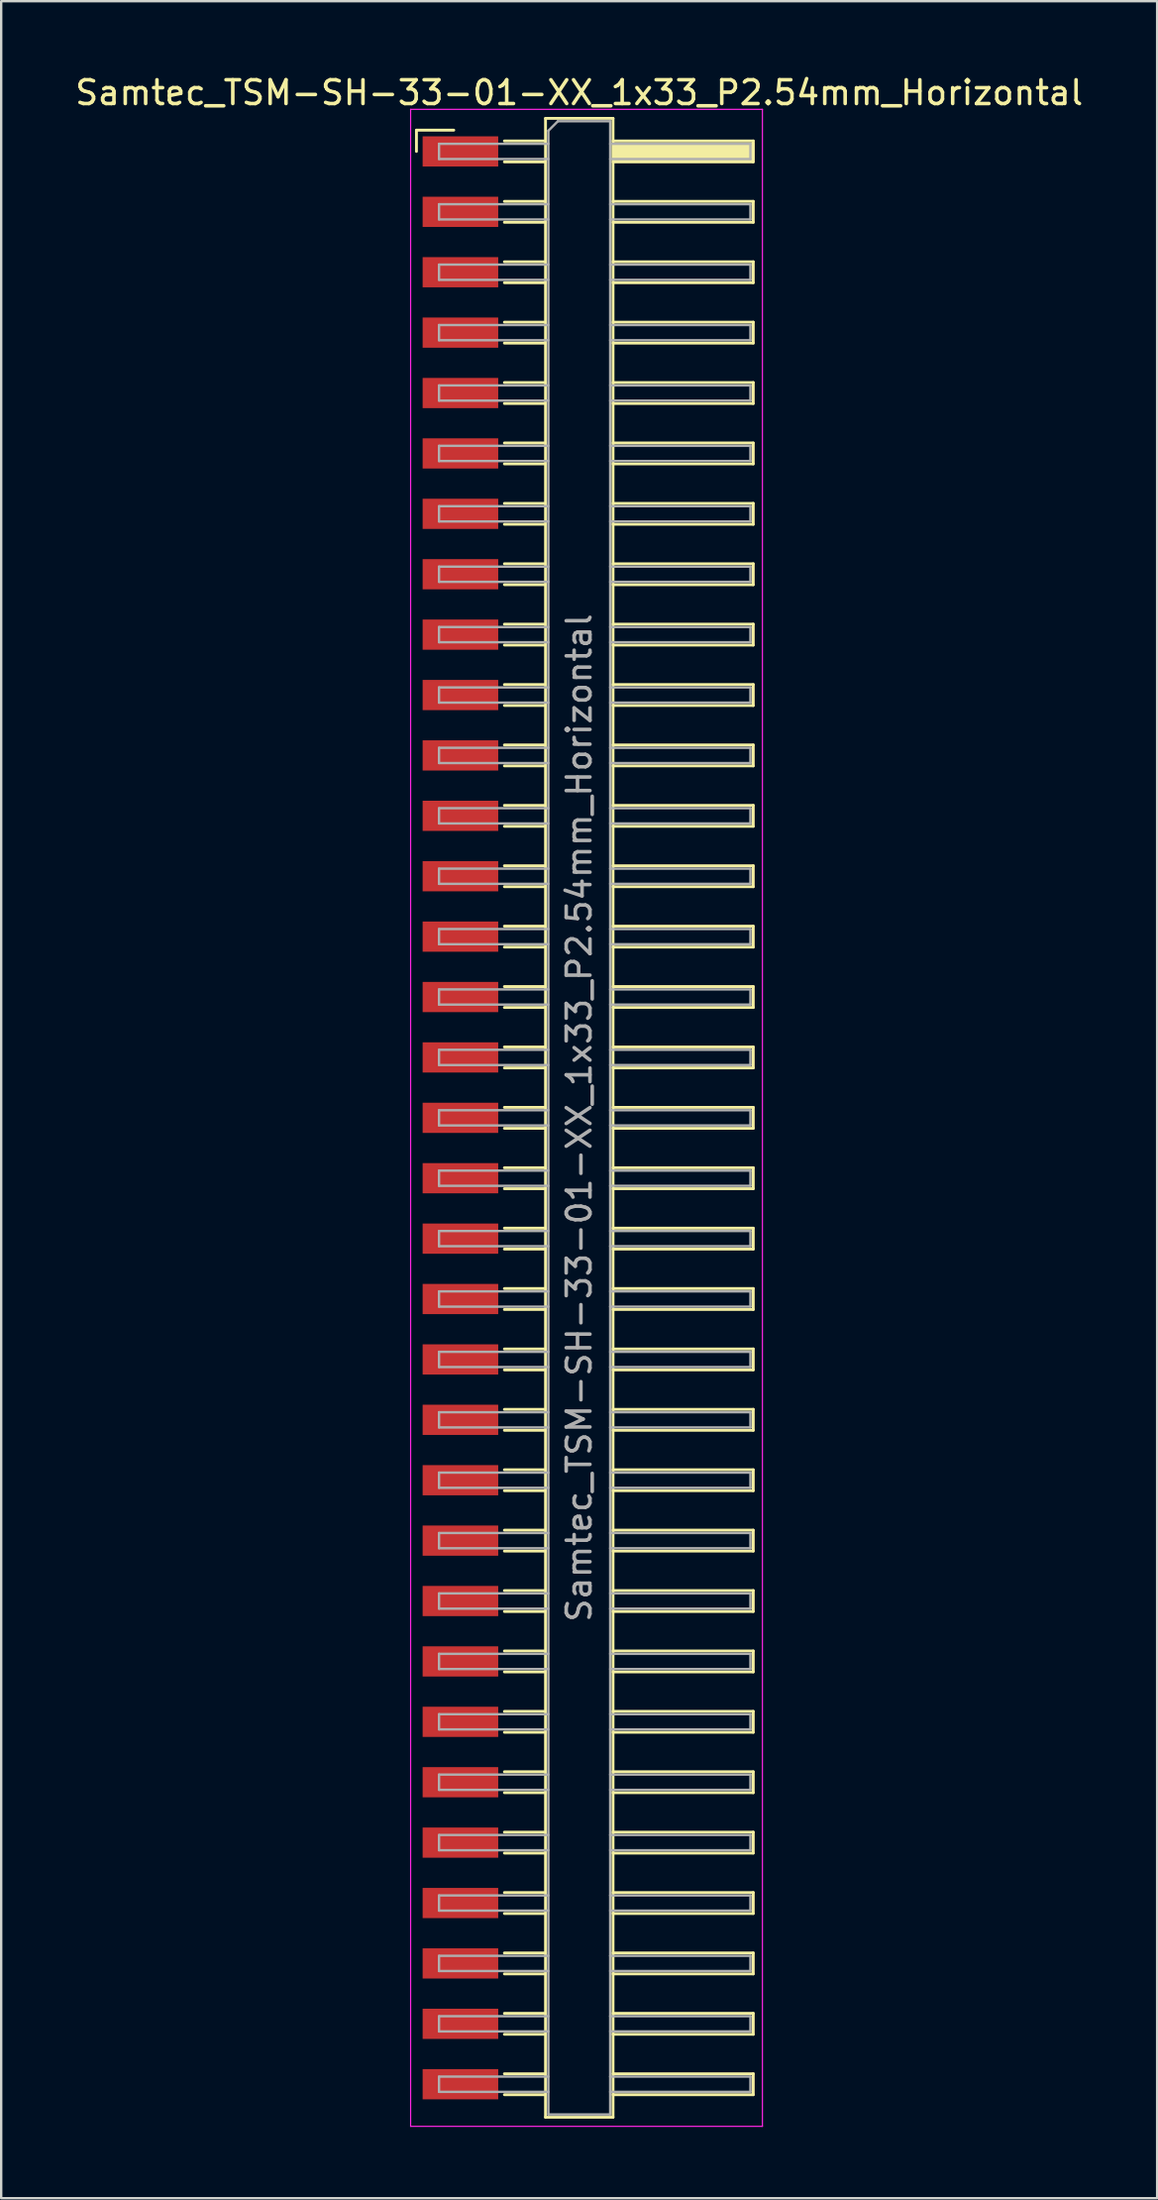
<source format=kicad_pcb>
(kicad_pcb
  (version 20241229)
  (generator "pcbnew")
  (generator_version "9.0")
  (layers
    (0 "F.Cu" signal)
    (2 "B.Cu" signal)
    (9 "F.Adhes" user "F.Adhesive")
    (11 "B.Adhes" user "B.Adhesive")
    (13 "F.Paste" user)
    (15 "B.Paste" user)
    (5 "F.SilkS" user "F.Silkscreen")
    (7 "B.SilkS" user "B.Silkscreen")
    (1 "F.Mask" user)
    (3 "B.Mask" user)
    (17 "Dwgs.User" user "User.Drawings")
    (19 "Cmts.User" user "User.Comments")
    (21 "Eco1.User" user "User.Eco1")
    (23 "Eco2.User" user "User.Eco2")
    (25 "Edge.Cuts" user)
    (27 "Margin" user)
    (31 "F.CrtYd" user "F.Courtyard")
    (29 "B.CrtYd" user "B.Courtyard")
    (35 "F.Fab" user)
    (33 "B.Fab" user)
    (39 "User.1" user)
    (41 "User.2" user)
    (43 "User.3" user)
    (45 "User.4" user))
  (footprint "Samtec_TSM-SH-33-01-XX_1x33_P2.54mm_Horizontal"
    (layer "F.Cu")
    (at 21.505 43.958)
    (property "Reference" "Samtec_TSM-SH-33-01-XX_1x33_P2.54mm_Horizontal" (at -0.19 -43.11 0) (layer "F.SilkS") (effects (font (size 1 1) (thickness 0.15))))
    (attr smd)
    (fp_line (start -7.035 -41.535) (end -5.465 -41.535) (stroke (width 0.12) (type solid)) (layer "F.SilkS"))
    (fp_line (start -7.035 -40.64) (end -7.035 -41.535) (stroke (width 0.12) (type solid)) (layer "F.SilkS"))
    (fp_line (start -3.335 -41.08) (end -1.605 -41.08) (stroke (width 0.12) (type solid)) (layer "F.SilkS"))
    (fp_line (start -3.335 -40.2) (end -1.605 -40.2) (stroke (width 0.12) (type solid)) (layer "F.SilkS"))
    (fp_line (start -3.335 -38.54) (end -1.605 -38.54) (stroke (width 0.12) (type solid)) (layer "F.SilkS"))
    (fp_line (start -3.335 -37.66) (end -1.605 -37.66) (stroke (width 0.12) (type solid)) (layer "F.SilkS"))
    (fp_line (start -3.335 -36) (end -1.605 -36) (stroke (width 0.12) (type solid)) (layer "F.SilkS"))
    (fp_line (start -3.335 -35.12) (end -1.605 -35.12) (stroke (width 0.12) (type solid)) (layer "F.SilkS"))
    (fp_line (start -3.335 -33.46) (end -1.605 -33.46) (stroke (width 0.12) (type solid)) (layer "F.SilkS"))
    (fp_line (start -3.335 -32.58) (end -1.605 -32.58) (stroke (width 0.12) (type solid)) (layer "F.SilkS"))
    (fp_line (start -3.335 -30.92) (end -1.605 -30.92) (stroke (width 0.12) (type solid)) (layer "F.SilkS"))
    (fp_line (start -3.335 -30.04) (end -1.605 -30.04) (stroke (width 0.12) (type solid)) (layer "F.SilkS"))
    (fp_line (start -3.335 -28.38) (end -1.605 -28.38) (stroke (width 0.12) (type solid)) (layer "F.SilkS"))
    (fp_line (start -3.335 -27.5) (end -1.605 -27.5) (stroke (width 0.12) (type solid)) (layer "F.SilkS"))
    (fp_line (start -3.335 -25.84) (end -1.605 -25.84) (stroke (width 0.12) (type solid)) (layer "F.SilkS"))
    (fp_line (start -3.335 -24.96) (end -1.605 -24.96) (stroke (width 0.12) (type solid)) (layer "F.SilkS"))
    (fp_line (start -3.335 -23.3) (end -1.605 -23.3) (stroke (width 0.12) (type solid)) (layer "F.SilkS"))
    (fp_line (start -3.335 -22.42) (end -1.605 -22.42) (stroke (width 0.12) (type solid)) (layer "F.SilkS"))
    (fp_line (start -3.335 -20.76) (end -1.605 -20.76) (stroke (width 0.12) (type solid)) (layer "F.SilkS"))
    (fp_line (start -3.335 -19.88) (end -1.605 -19.88) (stroke (width 0.12) (type solid)) (layer "F.SilkS"))
    (fp_line (start -3.335 -18.22) (end -1.605 -18.22) (stroke (width 0.12) (type solid)) (layer "F.SilkS"))
    (fp_line (start -3.335 -17.34) (end -1.605 -17.34) (stroke (width 0.12) (type solid)) (layer "F.SilkS"))
    (fp_line (start -3.335 -15.68) (end -1.605 -15.68) (stroke (width 0.12) (type solid)) (layer "F.SilkS"))
    (fp_line (start -3.335 -14.8) (end -1.605 -14.8) (stroke (width 0.12) (type solid)) (layer "F.SilkS"))
    (fp_line (start -3.335 -13.14) (end -1.605 -13.14) (stroke (width 0.12) (type solid)) (layer "F.SilkS"))
    (fp_line (start -3.335 -12.26) (end -1.605 -12.26) (stroke (width 0.12) (type solid)) (layer "F.SilkS"))
    (fp_line (start -3.335 -10.6) (end -1.605 -10.6) (stroke (width 0.12) (type solid)) (layer "F.SilkS"))
    (fp_line (start -3.335 -9.72) (end -1.605 -9.72) (stroke (width 0.12) (type solid)) (layer "F.SilkS"))
    (fp_line (start -3.335 -8.06) (end -1.605 -8.06) (stroke (width 0.12) (type solid)) (layer "F.SilkS"))
    (fp_line (start -3.335 -7.18) (end -1.605 -7.18) (stroke (width 0.12) (type solid)) (layer "F.SilkS"))
    (fp_line (start -3.335 -5.52) (end -1.605 -5.52) (stroke (width 0.12) (type solid)) (layer "F.SilkS"))
    (fp_line (start -3.335 -4.64) (end -1.605 -4.64) (stroke (width 0.12) (type solid)) (layer "F.SilkS"))
    (fp_line (start -3.335 -2.98) (end -1.605 -2.98) (stroke (width 0.12) (type solid)) (layer "F.SilkS"))
    (fp_line (start -3.335 -2.1) (end -1.605 -2.1) (stroke (width 0.12) (type solid)) (layer "F.SilkS"))
    (fp_line (start -3.335 -0.44) (end -1.605 -0.44) (stroke (width 0.12) (type solid)) (layer "F.SilkS"))
    (fp_line (start -3.335 0.44) (end -1.605 0.44) (stroke (width 0.12) (type solid)) (layer "F.SilkS"))
    (fp_line (start -3.335 2.1) (end -1.605 2.1) (stroke (width 0.12) (type solid)) (layer "F.SilkS"))
    (fp_line (start -3.335 2.98) (end -1.605 2.98) (stroke (width 0.12) (type solid)) (layer "F.SilkS"))
    (fp_line (start -3.335 4.64) (end -1.605 4.64) (stroke (width 0.12) (type solid)) (layer "F.SilkS"))
    (fp_line (start -3.335 5.52) (end -1.605 5.52) (stroke (width 0.12) (type solid)) (layer "F.SilkS"))
    (fp_line (start -3.335 7.18) (end -1.605 7.18) (stroke (width 0.12) (type solid)) (layer "F.SilkS"))
    (fp_line (start -3.335 8.06) (end -1.605 8.06) (stroke (width 0.12) (type solid)) (layer "F.SilkS"))
    (fp_line (start -3.335 9.72) (end -1.605 9.72) (stroke (width 0.12) (type solid)) (layer "F.SilkS"))
    (fp_line (start -3.335 10.6) (end -1.605 10.6) (stroke (width 0.12) (type solid)) (layer "F.SilkS"))
    (fp_line (start -3.335 12.26) (end -1.605 12.26) (stroke (width 0.12) (type solid)) (layer "F.SilkS"))
    (fp_line (start -3.335 13.14) (end -1.605 13.14) (stroke (width 0.12) (type solid)) (layer "F.SilkS"))
    (fp_line (start -3.335 14.8) (end -1.605 14.8) (stroke (width 0.12) (type solid)) (layer "F.SilkS"))
    (fp_line (start -3.335 15.68) (end -1.605 15.68) (stroke (width 0.12) (type solid)) (layer "F.SilkS"))
    (fp_line (start -3.335 17.34) (end -1.605 17.34) (stroke (width 0.12) (type solid)) (layer "F.SilkS"))
    (fp_line (start -3.335 18.22) (end -1.605 18.22) (stroke (width 0.12) (type solid)) (layer "F.SilkS"))
    (fp_line (start -3.335 19.88) (end -1.605 19.88) (stroke (width 0.12) (type solid)) (layer "F.SilkS"))
    (fp_line (start -3.335 20.76) (end -1.605 20.76) (stroke (width 0.12) (type solid)) (layer "F.SilkS"))
    (fp_line (start -3.335 22.42) (end -1.605 22.42) (stroke (width 0.12) (type solid)) (layer "F.SilkS"))
    (fp_line (start -3.335 23.3) (end -1.605 23.3) (stroke (width 0.12) (type solid)) (layer "F.SilkS"))
    (fp_line (start -3.335 24.96) (end -1.605 24.96) (stroke (width 0.12) (type solid)) (layer "F.SilkS"))
    (fp_line (start -3.335 25.84) (end -1.605 25.84) (stroke (width 0.12) (type solid)) (layer "F.SilkS"))
    (fp_line (start -3.335 27.5) (end -1.605 27.5) (stroke (width 0.12) (type solid)) (layer "F.SilkS"))
    (fp_line (start -3.335 28.38) (end -1.605 28.38) (stroke (width 0.12) (type solid)) (layer "F.SilkS"))
    (fp_line (start -3.335 30.04) (end -1.605 30.04) (stroke (width 0.12) (type solid)) (layer "F.SilkS"))
    (fp_line (start -3.335 30.92) (end -1.605 30.92) (stroke (width 0.12) (type solid)) (layer "F.SilkS"))
    (fp_line (start -3.335 32.58) (end -1.605 32.58) (stroke (width 0.12) (type solid)) (layer "F.SilkS"))
    (fp_line (start -3.335 33.46) (end -1.605 33.46) (stroke (width 0.12) (type solid)) (layer "F.SilkS"))
    (fp_line (start -3.335 35.12) (end -1.605 35.12) (stroke (width 0.12) (type solid)) (layer "F.SilkS"))
    (fp_line (start -3.335 36) (end -1.605 36) (stroke (width 0.12) (type solid)) (layer "F.SilkS"))
    (fp_line (start -3.335 37.66) (end -1.605 37.66) (stroke (width 0.12) (type solid)) (layer "F.SilkS"))
    (fp_line (start -3.335 38.54) (end -1.605 38.54) (stroke (width 0.12) (type solid)) (layer "F.SilkS"))
    (fp_line (start -3.335 40.2) (end -1.605 40.2) (stroke (width 0.12) (type solid)) (layer "F.SilkS"))
    (fp_line (start -3.335 41.08) (end -1.605 41.08) (stroke (width 0.12) (type solid)) (layer "F.SilkS"))
    (fp_line (start -1.605 -42.03) (end 1.235 -42.03) (stroke (width 0.12) (type solid)) (layer "F.SilkS"))
    (fp_line (start -1.605 42.03) (end -1.605 -42.03) (stroke (width 0.12) (type solid)) (layer "F.SilkS"))
    (fp_line (start 1.235 -42.03) (end 1.235 42.03) (stroke (width 0.12) (type solid)) (layer "F.SilkS"))
    (fp_line (start 1.235 -41.08) (end 7.135 -41.08) (stroke (width 0.12) (type solid)) (layer "F.SilkS"))
    (fp_line (start 1.235 -38.54) (end 7.135 -38.54) (stroke (width 0.12) (type solid)) (layer "F.SilkS"))
    (fp_line (start 1.235 -36) (end 7.135 -36) (stroke (width 0.12) (type solid)) (layer "F.SilkS"))
    (fp_line (start 1.235 -33.46) (end 7.135 -33.46) (stroke (width 0.12) (type solid)) (layer "F.SilkS"))
    (fp_line (start 1.235 -30.92) (end 7.135 -30.92) (stroke (width 0.12) (type solid)) (layer "F.SilkS"))
    (fp_line (start 1.235 -28.38) (end 7.135 -28.38) (stroke (width 0.12) (type solid)) (layer "F.SilkS"))
    (fp_line (start 1.235 -25.84) (end 7.135 -25.84) (stroke (width 0.12) (type solid)) (layer "F.SilkS"))
    (fp_line (start 1.235 -23.3) (end 7.135 -23.3) (stroke (width 0.12) (type solid)) (layer "F.SilkS"))
    (fp_line (start 1.235 -20.76) (end 7.135 -20.76) (stroke (width 0.12) (type solid)) (layer "F.SilkS"))
    (fp_line (start 1.235 -18.22) (end 7.135 -18.22) (stroke (width 0.12) (type solid)) (layer "F.SilkS"))
    (fp_line (start 1.235 -15.68) (end 7.135 -15.68) (stroke (width 0.12) (type solid)) (layer "F.SilkS"))
    (fp_line (start 1.235 -13.14) (end 7.135 -13.14) (stroke (width 0.12) (type solid)) (layer "F.SilkS"))
    (fp_line (start 1.235 -10.6) (end 7.135 -10.6) (stroke (width 0.12) (type solid)) (layer "F.SilkS"))
    (fp_line (start 1.235 -8.06) (end 7.135 -8.06) (stroke (width 0.12) (type solid)) (layer "F.SilkS"))
    (fp_line (start 1.235 -5.52) (end 7.135 -5.52) (stroke (width 0.12) (type solid)) (layer "F.SilkS"))
    (fp_line (start 1.235 -2.98) (end 7.135 -2.98) (stroke (width 0.12) (type solid)) (layer "F.SilkS"))
    (fp_line (start 1.235 -0.44) (end 7.135 -0.44) (stroke (width 0.12) (type solid)) (layer "F.SilkS"))
    (fp_line (start 1.235 2.1) (end 7.135 2.1) (stroke (width 0.12) (type solid)) (layer "F.SilkS"))
    (fp_line (start 1.235 4.64) (end 7.135 4.64) (stroke (width 0.12) (type solid)) (layer "F.SilkS"))
    (fp_line (start 1.235 7.18) (end 7.135 7.18) (stroke (width 0.12) (type solid)) (layer "F.SilkS"))
    (fp_line (start 1.235 9.72) (end 7.135 9.72) (stroke (width 0.12) (type solid)) (layer "F.SilkS"))
    (fp_line (start 1.235 12.26) (end 7.135 12.26) (stroke (width 0.12) (type solid)) (layer "F.SilkS"))
    (fp_line (start 1.235 14.8) (end 7.135 14.8) (stroke (width 0.12) (type solid)) (layer "F.SilkS"))
    (fp_line (start 1.235 17.34) (end 7.135 17.34) (stroke (width 0.12) (type solid)) (layer "F.SilkS"))
    (fp_line (start 1.235 19.88) (end 7.135 19.88) (stroke (width 0.12) (type solid)) (layer "F.SilkS"))
    (fp_line (start 1.235 22.42) (end 7.135 22.42) (stroke (width 0.12) (type solid)) (layer "F.SilkS"))
    (fp_line (start 1.235 24.96) (end 7.135 24.96) (stroke (width 0.12) (type solid)) (layer "F.SilkS"))
    (fp_line (start 1.235 27.5) (end 7.135 27.5) (stroke (width 0.12) (type solid)) (layer "F.SilkS"))
    (fp_line (start 1.235 30.04) (end 7.135 30.04) (stroke (width 0.12) (type solid)) (layer "F.SilkS"))
    (fp_line (start 1.235 32.58) (end 7.135 32.58) (stroke (width 0.12) (type solid)) (layer "F.SilkS"))
    (fp_line (start 1.235 35.12) (end 7.135 35.12) (stroke (width 0.12) (type solid)) (layer "F.SilkS"))
    (fp_line (start 1.235 37.66) (end 7.135 37.66) (stroke (width 0.12) (type solid)) (layer "F.SilkS"))
    (fp_line (start 1.235 40.2) (end 7.135 40.2) (stroke (width 0.12) (type solid)) (layer "F.SilkS"))
    (fp_line (start 1.235 42.03) (end -1.605 42.03) (stroke (width 0.12) (type solid)) (layer "F.SilkS"))
    (fp_line (start 7.135 -41.08) (end 7.135 -40.2) (stroke (width 0.12) (type solid)) (layer "F.SilkS"))
    (fp_line (start 7.135 -40.2) (end 1.235 -40.2) (stroke (width 0.12) (type solid)) (layer "F.SilkS"))
    (fp_line (start 7.135 -38.54) (end 7.135 -37.66) (stroke (width 0.12) (type solid)) (layer "F.SilkS"))
    (fp_line (start 7.135 -37.66) (end 1.235 -37.66) (stroke (width 0.12) (type solid)) (layer "F.SilkS"))
    (fp_line (start 7.135 -36) (end 7.135 -35.12) (stroke (width 0.12) (type solid)) (layer "F.SilkS"))
    (fp_line (start 7.135 -35.12) (end 1.235 -35.12) (stroke (width 0.12) (type solid)) (layer "F.SilkS"))
    (fp_line (start 7.135 -33.46) (end 7.135 -32.58) (stroke (width 0.12) (type solid)) (layer "F.SilkS"))
    (fp_line (start 7.135 -32.58) (end 1.235 -32.58) (stroke (width 0.12) (type solid)) (layer "F.SilkS"))
    (fp_line (start 7.135 -30.92) (end 7.135 -30.04) (stroke (width 0.12) (type solid)) (layer "F.SilkS"))
    (fp_line (start 7.135 -30.04) (end 1.235 -30.04) (stroke (width 0.12) (type solid)) (layer "F.SilkS"))
    (fp_line (start 7.135 -28.38) (end 7.135 -27.5) (stroke (width 0.12) (type solid)) (layer "F.SilkS"))
    (fp_line (start 7.135 -27.5) (end 1.235 -27.5) (stroke (width 0.12) (type solid)) (layer "F.SilkS"))
    (fp_line (start 7.135 -25.84) (end 7.135 -24.96) (stroke (width 0.12) (type solid)) (layer "F.SilkS"))
    (fp_line (start 7.135 -24.96) (end 1.235 -24.96) (stroke (width 0.12) (type solid)) (layer "F.SilkS"))
    (fp_line (start 7.135 -23.3) (end 7.135 -22.42) (stroke (width 0.12) (type solid)) (layer "F.SilkS"))
    (fp_line (start 7.135 -22.42) (end 1.235 -22.42) (stroke (width 0.12) (type solid)) (layer "F.SilkS"))
    (fp_line (start 7.135 -20.76) (end 7.135 -19.88) (stroke (width 0.12) (type solid)) (layer "F.SilkS"))
    (fp_line (start 7.135 -19.88) (end 1.235 -19.88) (stroke (width 0.12) (type solid)) (layer "F.SilkS"))
    (fp_line (start 7.135 -18.22) (end 7.135 -17.34) (stroke (width 0.12) (type solid)) (layer "F.SilkS"))
    (fp_line (start 7.135 -17.34) (end 1.235 -17.34) (stroke (width 0.12) (type solid)) (layer "F.SilkS"))
    (fp_line (start 7.135 -15.68) (end 7.135 -14.8) (stroke (width 0.12) (type solid)) (layer "F.SilkS"))
    (fp_line (start 7.135 -14.8) (end 1.235 -14.8) (stroke (width 0.12) (type solid)) (layer "F.SilkS"))
    (fp_line (start 7.135 -13.14) (end 7.135 -12.26) (stroke (width 0.12) (type solid)) (layer "F.SilkS"))
    (fp_line (start 7.135 -12.26) (end 1.235 -12.26) (stroke (width 0.12) (type solid)) (layer "F.SilkS"))
    (fp_line (start 7.135 -10.6) (end 7.135 -9.72) (stroke (width 0.12) (type solid)) (layer "F.SilkS"))
    (fp_line (start 7.135 -9.72) (end 1.235 -9.72) (stroke (width 0.12) (type solid)) (layer "F.SilkS"))
    (fp_line (start 7.135 -8.06) (end 7.135 -7.18) (stroke (width 0.12) (type solid)) (layer "F.SilkS"))
    (fp_line (start 7.135 -7.18) (end 1.235 -7.18) (stroke (width 0.12) (type solid)) (layer "F.SilkS"))
    (fp_line (start 7.135 -5.52) (end 7.135 -4.64) (stroke (width 0.12) (type solid)) (layer "F.SilkS"))
    (fp_line (start 7.135 -4.64) (end 1.235 -4.64) (stroke (width 0.12) (type solid)) (layer "F.SilkS"))
    (fp_line (start 7.135 -2.98) (end 7.135 -2.1) (stroke (width 0.12) (type solid)) (layer "F.SilkS"))
    (fp_line (start 7.135 -2.1) (end 1.235 -2.1) (stroke (width 0.12) (type solid)) (layer "F.SilkS"))
    (fp_line (start 7.135 -0.44) (end 7.135 0.44) (stroke (width 0.12) (type solid)) (layer "F.SilkS"))
    (fp_line (start 7.135 0.44) (end 1.235 0.44) (stroke (width 0.12) (type solid)) (layer "F.SilkS"))
    (fp_line (start 7.135 2.1) (end 7.135 2.98) (stroke (width 0.12) (type solid)) (layer "F.SilkS"))
    (fp_line (start 7.135 2.98) (end 1.235 2.98) (stroke (width 0.12) (type solid)) (layer "F.SilkS"))
    (fp_line (start 7.135 4.64) (end 7.135 5.52) (stroke (width 0.12) (type solid)) (layer "F.SilkS"))
    (fp_line (start 7.135 5.52) (end 1.235 5.52) (stroke (width 0.12) (type solid)) (layer "F.SilkS"))
    (fp_line (start 7.135 7.18) (end 7.135 8.06) (stroke (width 0.12) (type solid)) (layer "F.SilkS"))
    (fp_line (start 7.135 8.06) (end 1.235 8.06) (stroke (width 0.12) (type solid)) (layer "F.SilkS"))
    (fp_line (start 7.135 9.72) (end 7.135 10.6) (stroke (width 0.12) (type solid)) (layer "F.SilkS"))
    (fp_line (start 7.135 10.6) (end 1.235 10.6) (stroke (width 0.12) (type solid)) (layer "F.SilkS"))
    (fp_line (start 7.135 12.26) (end 7.135 13.14) (stroke (width 0.12) (type solid)) (layer "F.SilkS"))
    (fp_line (start 7.135 13.14) (end 1.235 13.14) (stroke (width 0.12) (type solid)) (layer "F.SilkS"))
    (fp_line (start 7.135 14.8) (end 7.135 15.68) (stroke (width 0.12) (type solid)) (layer "F.SilkS"))
    (fp_line (start 7.135 15.68) (end 1.235 15.68) (stroke (width 0.12) (type solid)) (layer "F.SilkS"))
    (fp_line (start 7.135 17.34) (end 7.135 18.22) (stroke (width 0.12) (type solid)) (layer "F.SilkS"))
    (fp_line (start 7.135 18.22) (end 1.235 18.22) (stroke (width 0.12) (type solid)) (layer "F.SilkS"))
    (fp_line (start 7.135 19.88) (end 7.135 20.76) (stroke (width 0.12) (type solid)) (layer "F.SilkS"))
    (fp_line (start 7.135 20.76) (end 1.235 20.76) (stroke (width 0.12) (type solid)) (layer "F.SilkS"))
    (fp_line (start 7.135 22.42) (end 7.135 23.3) (stroke (width 0.12) (type solid)) (layer "F.SilkS"))
    (fp_line (start 7.135 23.3) (end 1.235 23.3) (stroke (width 0.12) (type solid)) (layer "F.SilkS"))
    (fp_line (start 7.135 24.96) (end 7.135 25.84) (stroke (width 0.12) (type solid)) (layer "F.SilkS"))
    (fp_line (start 7.135 25.84) (end 1.235 25.84) (stroke (width 0.12) (type solid)) (layer "F.SilkS"))
    (fp_line (start 7.135 27.5) (end 7.135 28.38) (stroke (width 0.12) (type solid)) (layer "F.SilkS"))
    (fp_line (start 7.135 28.38) (end 1.235 28.38) (stroke (width 0.12) (type solid)) (layer "F.SilkS"))
    (fp_line (start 7.135 30.04) (end 7.135 30.92) (stroke (width 0.12) (type solid)) (layer "F.SilkS"))
    (fp_line (start 7.135 30.92) (end 1.235 30.92) (stroke (width 0.12) (type solid)) (layer "F.SilkS"))
    (fp_line (start 7.135 32.58) (end 7.135 33.46) (stroke (width 0.12) (type solid)) (layer "F.SilkS"))
    (fp_line (start 7.135 33.46) (end 1.235 33.46) (stroke (width 0.12) (type solid)) (layer "F.SilkS"))
    (fp_line (start 7.135 35.12) (end 7.135 36) (stroke (width 0.12) (type solid)) (layer "F.SilkS"))
    (fp_line (start 7.135 36) (end 1.235 36) (stroke (width 0.12) (type solid)) (layer "F.SilkS"))
    (fp_line (start 7.135 37.66) (end 7.135 38.54) (stroke (width 0.12) (type solid)) (layer "F.SilkS"))
    (fp_line (start 7.135 38.54) (end 1.235 38.54) (stroke (width 0.12) (type solid)) (layer "F.SilkS"))
    (fp_line (start 7.135 40.2) (end 7.135 41.08) (stroke (width 0.12) (type solid)) (layer "F.SilkS"))
    (fp_line (start 7.135 41.08) (end 1.235 41.08) (stroke (width 0.12) (type solid)) (layer "F.SilkS"))
    (fp_line (start -7.28 -42.41) (end 7.52 -42.41) (stroke (width 0.05) (type solid)) (layer "F.CrtYd"))
    (fp_line (start -7.28 42.41) (end -7.28 -42.41) (stroke (width 0.05) (type solid)) (layer "F.CrtYd"))
    (fp_line (start 7.52 -42.41) (end 7.52 42.41) (stroke (width 0.05) (type solid)) (layer "F.CrtYd"))
    (fp_line (start 7.52 42.41) (end -7.28 42.41) (stroke (width 0.05) (type solid)) (layer "F.CrtYd"))
    (fp_line (start -6.085 -40.96) (end -6.085 -40.32) (stroke (width 0.1) (type solid)) (layer "F.Fab"))
    (fp_line (start -6.085 -40.32) (end -1.485 -40.32) (stroke (width 0.1) (type solid)) (layer "F.Fab"))
    (fp_line (start -6.085 -38.42) (end -6.085 -37.78) (stroke (width 0.1) (type solid)) (layer "F.Fab"))
    (fp_line (start -6.085 -37.78) (end -1.485 -37.78) (stroke (width 0.1) (type solid)) (layer "F.Fab"))
    (fp_line (start -6.085 -35.88) (end -6.085 -35.24) (stroke (width 0.1) (type solid)) (layer "F.Fab"))
    (fp_line (start -6.085 -35.24) (end -1.485 -35.24) (stroke (width 0.1) (type solid)) (layer "F.Fab"))
    (fp_line (start -6.085 -33.34) (end -6.085 -32.7) (stroke (width 0.1) (type solid)) (layer "F.Fab"))
    (fp_line (start -6.085 -32.7) (end -1.485 -32.7) (stroke (width 0.1) (type solid)) (layer "F.Fab"))
    (fp_line (start -6.085 -30.8) (end -6.085 -30.16) (stroke (width 0.1) (type solid)) (layer "F.Fab"))
    (fp_line (start -6.085 -30.16) (end -1.485 -30.16) (stroke (width 0.1) (type solid)) (layer "F.Fab"))
    (fp_line (start -6.085 -28.26) (end -6.085 -27.62) (stroke (width 0.1) (type solid)) (layer "F.Fab"))
    (fp_line (start -6.085 -27.62) (end -1.485 -27.62) (stroke (width 0.1) (type solid)) (layer "F.Fab"))
    (fp_line (start -6.085 -25.72) (end -6.085 -25.08) (stroke (width 0.1) (type solid)) (layer "F.Fab"))
    (fp_line (start -6.085 -25.08) (end -1.485 -25.08) (stroke (width 0.1) (type solid)) (layer "F.Fab"))
    (fp_line (start -6.085 -23.18) (end -6.085 -22.54) (stroke (width 0.1) (type solid)) (layer "F.Fab"))
    (fp_line (start -6.085 -22.54) (end -1.485 -22.54) (stroke (width 0.1) (type solid)) (layer "F.Fab"))
    (fp_line (start -6.085 -20.64) (end -6.085 -20) (stroke (width 0.1) (type solid)) (layer "F.Fab"))
    (fp_line (start -6.085 -20) (end -1.485 -20) (stroke (width 0.1) (type solid)) (layer "F.Fab"))
    (fp_line (start -6.085 -18.1) (end -6.085 -17.46) (stroke (width 0.1) (type solid)) (layer "F.Fab"))
    (fp_line (start -6.085 -17.46) (end -1.485 -17.46) (stroke (width 0.1) (type solid)) (layer "F.Fab"))
    (fp_line (start -6.085 -15.56) (end -6.085 -14.92) (stroke (width 0.1) (type solid)) (layer "F.Fab"))
    (fp_line (start -6.085 -14.92) (end -1.485 -14.92) (stroke (width 0.1) (type solid)) (layer "F.Fab"))
    (fp_line (start -6.085 -13.02) (end -6.085 -12.38) (stroke (width 0.1) (type solid)) (layer "F.Fab"))
    (fp_line (start -6.085 -12.38) (end -1.485 -12.38) (stroke (width 0.1) (type solid)) (layer "F.Fab"))
    (fp_line (start -6.085 -10.48) (end -6.085 -9.84) (stroke (width 0.1) (type solid)) (layer "F.Fab"))
    (fp_line (start -6.085 -9.84) (end -1.485 -9.84) (stroke (width 0.1) (type solid)) (layer "F.Fab"))
    (fp_line (start -6.085 -7.94) (end -6.085 -7.3) (stroke (width 0.1) (type solid)) (layer "F.Fab"))
    (fp_line (start -6.085 -7.3) (end -1.485 -7.3) (stroke (width 0.1) (type solid)) (layer "F.Fab"))
    (fp_line (start -6.085 -5.4) (end -6.085 -4.76) (stroke (width 0.1) (type solid)) (layer "F.Fab"))
    (fp_line (start -6.085 -4.76) (end -1.485 -4.76) (stroke (width 0.1) (type solid)) (layer "F.Fab"))
    (fp_line (start -6.085 -2.86) (end -6.085 -2.22) (stroke (width 0.1) (type solid)) (layer "F.Fab"))
    (fp_line (start -6.085 -2.22) (end -1.485 -2.22) (stroke (width 0.1) (type solid)) (layer "F.Fab"))
    (fp_line (start -6.085 -0.32) (end -6.085 0.32) (stroke (width 0.1) (type solid)) (layer "F.Fab"))
    (fp_line (start -6.085 0.32) (end -1.485 0.32) (stroke (width 0.1) (type solid)) (layer "F.Fab"))
    (fp_line (start -6.085 2.22) (end -6.085 2.86) (stroke (width 0.1) (type solid)) (layer "F.Fab"))
    (fp_line (start -6.085 2.86) (end -1.485 2.86) (stroke (width 0.1) (type solid)) (layer "F.Fab"))
    (fp_line (start -6.085 4.76) (end -6.085 5.4) (stroke (width 0.1) (type solid)) (layer "F.Fab"))
    (fp_line (start -6.085 5.4) (end -1.485 5.4) (stroke (width 0.1) (type solid)) (layer "F.Fab"))
    (fp_line (start -6.085 7.3) (end -6.085 7.94) (stroke (width 0.1) (type solid)) (layer "F.Fab"))
    (fp_line (start -6.085 7.94) (end -1.485 7.94) (stroke (width 0.1) (type solid)) (layer "F.Fab"))
    (fp_line (start -6.085 9.84) (end -6.085 10.48) (stroke (width 0.1) (type solid)) (layer "F.Fab"))
    (fp_line (start -6.085 10.48) (end -1.485 10.48) (stroke (width 0.1) (type solid)) (layer "F.Fab"))
    (fp_line (start -6.085 12.38) (end -6.085 13.02) (stroke (width 0.1) (type solid)) (layer "F.Fab"))
    (fp_line (start -6.085 13.02) (end -1.485 13.02) (stroke (width 0.1) (type solid)) (layer "F.Fab"))
    (fp_line (start -6.085 14.92) (end -6.085 15.56) (stroke (width 0.1) (type solid)) (layer "F.Fab"))
    (fp_line (start -6.085 15.56) (end -1.485 15.56) (stroke (width 0.1) (type solid)) (layer "F.Fab"))
    (fp_line (start -6.085 17.46) (end -6.085 18.1) (stroke (width 0.1) (type solid)) (layer "F.Fab"))
    (fp_line (start -6.085 18.1) (end -1.485 18.1) (stroke (width 0.1) (type solid)) (layer "F.Fab"))
    (fp_line (start -6.085 20) (end -6.085 20.64) (stroke (width 0.1) (type solid)) (layer "F.Fab"))
    (fp_line (start -6.085 20.64) (end -1.485 20.64) (stroke (width 0.1) (type solid)) (layer "F.Fab"))
    (fp_line (start -6.085 22.54) (end -6.085 23.18) (stroke (width 0.1) (type solid)) (layer "F.Fab"))
    (fp_line (start -6.085 23.18) (end -1.485 23.18) (stroke (width 0.1) (type solid)) (layer "F.Fab"))
    (fp_line (start -6.085 25.08) (end -6.085 25.72) (stroke (width 0.1) (type solid)) (layer "F.Fab"))
    (fp_line (start -6.085 25.72) (end -1.485 25.72) (stroke (width 0.1) (type solid)) (layer "F.Fab"))
    (fp_line (start -6.085 27.62) (end -6.085 28.26) (stroke (width 0.1) (type solid)) (layer "F.Fab"))
    (fp_line (start -6.085 28.26) (end -1.485 28.26) (stroke (width 0.1) (type solid)) (layer "F.Fab"))
    (fp_line (start -6.085 30.16) (end -6.085 30.8) (stroke (width 0.1) (type solid)) (layer "F.Fab"))
    (fp_line (start -6.085 30.8) (end -1.485 30.8) (stroke (width 0.1) (type solid)) (layer "F.Fab"))
    (fp_line (start -6.085 32.7) (end -6.085 33.34) (stroke (width 0.1) (type solid)) (layer "F.Fab"))
    (fp_line (start -6.085 33.34) (end -1.485 33.34) (stroke (width 0.1) (type solid)) (layer "F.Fab"))
    (fp_line (start -6.085 35.24) (end -6.085 35.88) (stroke (width 0.1) (type solid)) (layer "F.Fab"))
    (fp_line (start -6.085 35.88) (end -1.485 35.88) (stroke (width 0.1) (type solid)) (layer "F.Fab"))
    (fp_line (start -6.085 37.78) (end -6.085 38.42) (stroke (width 0.1) (type solid)) (layer "F.Fab"))
    (fp_line (start -6.085 38.42) (end -1.485 38.42) (stroke (width 0.1) (type solid)) (layer "F.Fab"))
    (fp_line (start -6.085 40.32) (end -6.085 40.96) (stroke (width 0.1) (type solid)) (layer "F.Fab"))
    (fp_line (start -6.085 40.96) (end -1.485 40.96) (stroke (width 0.1) (type solid)) (layer "F.Fab"))
    (fp_line (start -1.485 -41.51) (end -1.085 -41.91) (stroke (width 0.1) (type solid)) (layer "F.Fab"))
    (fp_line (start -1.485 -40.96) (end -6.085 -40.96) (stroke (width 0.1) (type solid)) (layer "F.Fab"))
    (fp_line (start -1.485 -38.42) (end -6.085 -38.42) (stroke (width 0.1) (type solid)) (layer "F.Fab"))
    (fp_line (start -1.485 -35.88) (end -6.085 -35.88) (stroke (width 0.1) (type solid)) (layer "F.Fab"))
    (fp_line (start -1.485 -33.34) (end -6.085 -33.34) (stroke (width 0.1) (type solid)) (layer "F.Fab"))
    (fp_line (start -1.485 -30.8) (end -6.085 -30.8) (stroke (width 0.1) (type solid)) (layer "F.Fab"))
    (fp_line (start -1.485 -28.26) (end -6.085 -28.26) (stroke (width 0.1) (type solid)) (layer "F.Fab"))
    (fp_line (start -1.485 -25.72) (end -6.085 -25.72) (stroke (width 0.1) (type solid)) (layer "F.Fab"))
    (fp_line (start -1.485 -23.18) (end -6.085 -23.18) (stroke (width 0.1) (type solid)) (layer "F.Fab"))
    (fp_line (start -1.485 -20.64) (end -6.085 -20.64) (stroke (width 0.1) (type solid)) (layer "F.Fab"))
    (fp_line (start -1.485 -18.1) (end -6.085 -18.1) (stroke (width 0.1) (type solid)) (layer "F.Fab"))
    (fp_line (start -1.485 -15.56) (end -6.085 -15.56) (stroke (width 0.1) (type solid)) (layer "F.Fab"))
    (fp_line (start -1.485 -13.02) (end -6.085 -13.02) (stroke (width 0.1) (type solid)) (layer "F.Fab"))
    (fp_line (start -1.485 -10.48) (end -6.085 -10.48) (stroke (width 0.1) (type solid)) (layer "F.Fab"))
    (fp_line (start -1.485 -7.94) (end -6.085 -7.94) (stroke (width 0.1) (type solid)) (layer "F.Fab"))
    (fp_line (start -1.485 -5.4) (end -6.085 -5.4) (stroke (width 0.1) (type solid)) (layer "F.Fab"))
    (fp_line (start -1.485 -2.86) (end -6.085 -2.86) (stroke (width 0.1) (type solid)) (layer "F.Fab"))
    (fp_line (start -1.485 -0.32) (end -6.085 -0.32) (stroke (width 0.1) (type solid)) (layer "F.Fab"))
    (fp_line (start -1.485 2.22) (end -6.085 2.22) (stroke (width 0.1) (type solid)) (layer "F.Fab"))
    (fp_line (start -1.485 4.76) (end -6.085 4.76) (stroke (width 0.1) (type solid)) (layer "F.Fab"))
    (fp_line (start -1.485 7.3) (end -6.085 7.3) (stroke (width 0.1) (type solid)) (layer "F.Fab"))
    (fp_line (start -1.485 9.84) (end -6.085 9.84) (stroke (width 0.1) (type solid)) (layer "F.Fab"))
    (fp_line (start -1.485 12.38) (end -6.085 12.38) (stroke (width 0.1) (type solid)) (layer "F.Fab"))
    (fp_line (start -1.485 14.92) (end -6.085 14.92) (stroke (width 0.1) (type solid)) (layer "F.Fab"))
    (fp_line (start -1.485 17.46) (end -6.085 17.46) (stroke (width 0.1) (type solid)) (layer "F.Fab"))
    (fp_line (start -1.485 20) (end -6.085 20) (stroke (width 0.1) (type solid)) (layer "F.Fab"))
    (fp_line (start -1.485 22.54) (end -6.085 22.54) (stroke (width 0.1) (type solid)) (layer "F.Fab"))
    (fp_line (start -1.485 25.08) (end -6.085 25.08) (stroke (width 0.1) (type solid)) (layer "F.Fab"))
    (fp_line (start -1.485 27.62) (end -6.085 27.62) (stroke (width 0.1) (type solid)) (layer "F.Fab"))
    (fp_line (start -1.485 30.16) (end -6.085 30.16) (stroke (width 0.1) (type solid)) (layer "F.Fab"))
    (fp_line (start -1.485 32.7) (end -6.085 32.7) (stroke (width 0.1) (type solid)) (layer "F.Fab"))
    (fp_line (start -1.485 35.24) (end -6.085 35.24) (stroke (width 0.1) (type solid)) (layer "F.Fab"))
    (fp_line (start -1.485 37.78) (end -6.085 37.78) (stroke (width 0.1) (type solid)) (layer "F.Fab"))
    (fp_line (start -1.485 40.32) (end -6.085 40.32) (stroke (width 0.1) (type solid)) (layer "F.Fab"))
    (fp_line (start -1.485 41.91) (end -1.485 -41.51) (stroke (width 0.1) (type solid)) (layer "F.Fab"))
    (fp_line (start -1.085 -41.91) (end 1.115 -41.91) (stroke (width 0.1) (type solid)) (layer "F.Fab"))
    (fp_line (start 1.115 -41.91) (end 1.115 41.91) (stroke (width 0.1) (type solid)) (layer "F.Fab"))
    (fp_line (start 1.115 -40.96) (end 7.015 -40.96) (stroke (width 0.1) (type solid)) (layer "F.Fab"))
    (fp_line (start 1.115 -38.42) (end 7.015 -38.42) (stroke (width 0.1) (type solid)) (layer "F.Fab"))
    (fp_line (start 1.115 -35.88) (end 7.015 -35.88) (stroke (width 0.1) (type solid)) (layer "F.Fab"))
    (fp_line (start 1.115 -33.34) (end 7.015 -33.34) (stroke (width 0.1) (type solid)) (layer "F.Fab"))
    (fp_line (start 1.115 -30.8) (end 7.015 -30.8) (stroke (width 0.1) (type solid)) (layer "F.Fab"))
    (fp_line (start 1.115 -28.26) (end 7.015 -28.26) (stroke (width 0.1) (type solid)) (layer "F.Fab"))
    (fp_line (start 1.115 -25.72) (end 7.015 -25.72) (stroke (width 0.1) (type solid)) (layer "F.Fab"))
    (fp_line (start 1.115 -23.18) (end 7.015 -23.18) (stroke (width 0.1) (type solid)) (layer "F.Fab"))
    (fp_line (start 1.115 -20.64) (end 7.015 -20.64) (stroke (width 0.1) (type solid)) (layer "F.Fab"))
    (fp_line (start 1.115 -18.1) (end 7.015 -18.1) (stroke (width 0.1) (type solid)) (layer "F.Fab"))
    (fp_line (start 1.115 -15.56) (end 7.015 -15.56) (stroke (width 0.1) (type solid)) (layer "F.Fab"))
    (fp_line (start 1.115 -13.02) (end 7.015 -13.02) (stroke (width 0.1) (type solid)) (layer "F.Fab"))
    (fp_line (start 1.115 -10.48) (end 7.015 -10.48) (stroke (width 0.1) (type solid)) (layer "F.Fab"))
    (fp_line (start 1.115 -7.94) (end 7.015 -7.94) (stroke (width 0.1) (type solid)) (layer "F.Fab"))
    (fp_line (start 1.115 -5.4) (end 7.015 -5.4) (stroke (width 0.1) (type solid)) (layer "F.Fab"))
    (fp_line (start 1.115 -2.86) (end 7.015 -2.86) (stroke (width 0.1) (type solid)) (layer "F.Fab"))
    (fp_line (start 1.115 -0.32) (end 7.015 -0.32) (stroke (width 0.1) (type solid)) (layer "F.Fab"))
    (fp_line (start 1.115 2.22) (end 7.015 2.22) (stroke (width 0.1) (type solid)) (layer "F.Fab"))
    (fp_line (start 1.115 4.76) (end 7.015 4.76) (stroke (width 0.1) (type solid)) (layer "F.Fab"))
    (fp_line (start 1.115 7.3) (end 7.015 7.3) (stroke (width 0.1) (type solid)) (layer "F.Fab"))
    (fp_line (start 1.115 9.84) (end 7.015 9.84) (stroke (width 0.1) (type solid)) (layer "F.Fab"))
    (fp_line (start 1.115 12.38) (end 7.015 12.38) (stroke (width 0.1) (type solid)) (layer "F.Fab"))
    (fp_line (start 1.115 14.92) (end 7.015 14.92) (stroke (width 0.1) (type solid)) (layer "F.Fab"))
    (fp_line (start 1.115 17.46) (end 7.015 17.46) (stroke (width 0.1) (type solid)) (layer "F.Fab"))
    (fp_line (start 1.115 20) (end 7.015 20) (stroke (width 0.1) (type solid)) (layer "F.Fab"))
    (fp_line (start 1.115 22.54) (end 7.015 22.54) (stroke (width 0.1) (type solid)) (layer "F.Fab"))
    (fp_line (start 1.115 25.08) (end 7.015 25.08) (stroke (width 0.1) (type solid)) (layer "F.Fab"))
    (fp_line (start 1.115 27.62) (end 7.015 27.62) (stroke (width 0.1) (type solid)) (layer "F.Fab"))
    (fp_line (start 1.115 30.16) (end 7.015 30.16) (stroke (width 0.1) (type solid)) (layer "F.Fab"))
    (fp_line (start 1.115 32.7) (end 7.015 32.7) (stroke (width 0.1) (type solid)) (layer "F.Fab"))
    (fp_line (start 1.115 35.24) (end 7.015 35.24) (stroke (width 0.1) (type solid)) (layer "F.Fab"))
    (fp_line (start 1.115 37.78) (end 7.015 37.78) (stroke (width 0.1) (type solid)) (layer "F.Fab"))
    (fp_line (start 1.115 40.32) (end 7.015 40.32) (stroke (width 0.1) (type solid)) (layer "F.Fab"))
    (fp_line (start 1.115 41.91) (end -1.485 41.91) (stroke (width 0.1) (type solid)) (layer "F.Fab"))
    (fp_line (start 7.015 -40.96) (end 7.015 -40.32) (stroke (width 0.1) (type solid)) (layer "F.Fab"))
    (fp_line (start 7.015 -40.32) (end 1.115 -40.32) (stroke (width 0.1) (type solid)) (layer "F.Fab"))
    (fp_line (start 7.015 -38.42) (end 7.015 -37.78) (stroke (width 0.1) (type solid)) (layer "F.Fab"))
    (fp_line (start 7.015 -37.78) (end 1.115 -37.78) (stroke (width 0.1) (type solid)) (layer "F.Fab"))
    (fp_line (start 7.015 -35.88) (end 7.015 -35.24) (stroke (width 0.1) (type solid)) (layer "F.Fab"))
    (fp_line (start 7.015 -35.24) (end 1.115 -35.24) (stroke (width 0.1) (type solid)) (layer "F.Fab"))
    (fp_line (start 7.015 -33.34) (end 7.015 -32.7) (stroke (width 0.1) (type solid)) (layer "F.Fab"))
    (fp_line (start 7.015 -32.7) (end 1.115 -32.7) (stroke (width 0.1) (type solid)) (layer "F.Fab"))
    (fp_line (start 7.015 -30.8) (end 7.015 -30.16) (stroke (width 0.1) (type solid)) (layer "F.Fab"))
    (fp_line (start 7.015 -30.16) (end 1.115 -30.16) (stroke (width 0.1) (type solid)) (layer "F.Fab"))
    (fp_line (start 7.015 -28.26) (end 7.015 -27.62) (stroke (width 0.1) (type solid)) (layer "F.Fab"))
    (fp_line (start 7.015 -27.62) (end 1.115 -27.62) (stroke (width 0.1) (type solid)) (layer "F.Fab"))
    (fp_line (start 7.015 -25.72) (end 7.015 -25.08) (stroke (width 0.1) (type solid)) (layer "F.Fab"))
    (fp_line (start 7.015 -25.08) (end 1.115 -25.08) (stroke (width 0.1) (type solid)) (layer "F.Fab"))
    (fp_line (start 7.015 -23.18) (end 7.015 -22.54) (stroke (width 0.1) (type solid)) (layer "F.Fab"))
    (fp_line (start 7.015 -22.54) (end 1.115 -22.54) (stroke (width 0.1) (type solid)) (layer "F.Fab"))
    (fp_line (start 7.015 -20.64) (end 7.015 -20) (stroke (width 0.1) (type solid)) (layer "F.Fab"))
    (fp_line (start 7.015 -20) (end 1.115 -20) (stroke (width 0.1) (type solid)) (layer "F.Fab"))
    (fp_line (start 7.015 -18.1) (end 7.015 -17.46) (stroke (width 0.1) (type solid)) (layer "F.Fab"))
    (fp_line (start 7.015 -17.46) (end 1.115 -17.46) (stroke (width 0.1) (type solid)) (layer "F.Fab"))
    (fp_line (start 7.015 -15.56) (end 7.015 -14.92) (stroke (width 0.1) (type solid)) (layer "F.Fab"))
    (fp_line (start 7.015 -14.92) (end 1.115 -14.92) (stroke (width 0.1) (type solid)) (layer "F.Fab"))
    (fp_line (start 7.015 -13.02) (end 7.015 -12.38) (stroke (width 0.1) (type solid)) (layer "F.Fab"))
    (fp_line (start 7.015 -12.38) (end 1.115 -12.38) (stroke (width 0.1) (type solid)) (layer "F.Fab"))
    (fp_line (start 7.015 -10.48) (end 7.015 -9.84) (stroke (width 0.1) (type solid)) (layer "F.Fab"))
    (fp_line (start 7.015 -9.84) (end 1.115 -9.84) (stroke (width 0.1) (type solid)) (layer "F.Fab"))
    (fp_line (start 7.015 -7.94) (end 7.015 -7.3) (stroke (width 0.1) (type solid)) (layer "F.Fab"))
    (fp_line (start 7.015 -7.3) (end 1.115 -7.3) (stroke (width 0.1) (type solid)) (layer "F.Fab"))
    (fp_line (start 7.015 -5.4) (end 7.015 -4.76) (stroke (width 0.1) (type solid)) (layer "F.Fab"))
    (fp_line (start 7.015 -4.76) (end 1.115 -4.76) (stroke (width 0.1) (type solid)) (layer "F.Fab"))
    (fp_line (start 7.015 -2.86) (end 7.015 -2.22) (stroke (width 0.1) (type solid)) (layer "F.Fab"))
    (fp_line (start 7.015 -2.22) (end 1.115 -2.22) (stroke (width 0.1) (type solid)) (layer "F.Fab"))
    (fp_line (start 7.015 -0.32) (end 7.015 0.32) (stroke (width 0.1) (type solid)) (layer "F.Fab"))
    (fp_line (start 7.015 0.32) (end 1.115 0.32) (stroke (width 0.1) (type solid)) (layer "F.Fab"))
    (fp_line (start 7.015 2.22) (end 7.015 2.86) (stroke (width 0.1) (type solid)) (layer "F.Fab"))
    (fp_line (start 7.015 2.86) (end 1.115 2.86) (stroke (width 0.1) (type solid)) (layer "F.Fab"))
    (fp_line (start 7.015 4.76) (end 7.015 5.4) (stroke (width 0.1) (type solid)) (layer "F.Fab"))
    (fp_line (start 7.015 5.4) (end 1.115 5.4) (stroke (width 0.1) (type solid)) (layer "F.Fab"))
    (fp_line (start 7.015 7.3) (end 7.015 7.94) (stroke (width 0.1) (type solid)) (layer "F.Fab"))
    (fp_line (start 7.015 7.94) (end 1.115 7.94) (stroke (width 0.1) (type solid)) (layer "F.Fab"))
    (fp_line (start 7.015 9.84) (end 7.015 10.48) (stroke (width 0.1) (type solid)) (layer "F.Fab"))
    (fp_line (start 7.015 10.48) (end 1.115 10.48) (stroke (width 0.1) (type solid)) (layer "F.Fab"))
    (fp_line (start 7.015 12.38) (end 7.015 13.02) (stroke (width 0.1) (type solid)) (layer "F.Fab"))
    (fp_line (start 7.015 13.02) (end 1.115 13.02) (stroke (width 0.1) (type solid)) (layer "F.Fab"))
    (fp_line (start 7.015 14.92) (end 7.015 15.56) (stroke (width 0.1) (type solid)) (layer "F.Fab"))
    (fp_line (start 7.015 15.56) (end 1.115 15.56) (stroke (width 0.1) (type solid)) (layer "F.Fab"))
    (fp_line (start 7.015 17.46) (end 7.015 18.1) (stroke (width 0.1) (type solid)) (layer "F.Fab"))
    (fp_line (start 7.015 18.1) (end 1.115 18.1) (stroke (width 0.1) (type solid)) (layer "F.Fab"))
    (fp_line (start 7.015 20) (end 7.015 20.64) (stroke (width 0.1) (type solid)) (layer "F.Fab"))
    (fp_line (start 7.015 20.64) (end 1.115 20.64) (stroke (width 0.1) (type solid)) (layer "F.Fab"))
    (fp_line (start 7.015 22.54) (end 7.015 23.18) (stroke (width 0.1) (type solid)) (layer "F.Fab"))
    (fp_line (start 7.015 23.18) (end 1.115 23.18) (stroke (width 0.1) (type solid)) (layer "F.Fab"))
    (fp_line (start 7.015 25.08) (end 7.015 25.72) (stroke (width 0.1) (type solid)) (layer "F.Fab"))
    (fp_line (start 7.015 25.72) (end 1.115 25.72) (stroke (width 0.1) (type solid)) (layer "F.Fab"))
    (fp_line (start 7.015 27.62) (end 7.015 28.26) (stroke (width 0.1) (type solid)) (layer "F.Fab"))
    (fp_line (start 7.015 28.26) (end 1.115 28.26) (stroke (width 0.1) (type solid)) (layer "F.Fab"))
    (fp_line (start 7.015 30.16) (end 7.015 30.8) (stroke (width 0.1) (type solid)) (layer "F.Fab"))
    (fp_line (start 7.015 30.8) (end 1.115 30.8) (stroke (width 0.1) (type solid)) (layer "F.Fab"))
    (fp_line (start 7.015 32.7) (end 7.015 33.34) (stroke (width 0.1) (type solid)) (layer "F.Fab"))
    (fp_line (start 7.015 33.34) (end 1.115 33.34) (stroke (width 0.1) (type solid)) (layer "F.Fab"))
    (fp_line (start 7.015 35.24) (end 7.015 35.88) (stroke (width 0.1) (type solid)) (layer "F.Fab"))
    (fp_line (start 7.015 35.88) (end 1.115 35.88) (stroke (width 0.1) (type solid)) (layer "F.Fab"))
    (fp_line (start 7.015 37.78) (end 7.015 38.42) (stroke (width 0.1) (type solid)) (layer "F.Fab"))
    (fp_line (start 7.015 38.42) (end 1.115 38.42) (stroke (width 0.1) (type solid)) (layer "F.Fab"))
    (fp_line (start 7.015 40.32) (end 7.015 40.96) (stroke (width 0.1) (type solid)) (layer "F.Fab"))
    (fp_line (start 7.015 40.96) (end 1.115 40.96) (stroke (width 0.1) (type solid)) (layer "F.Fab"))
    (fp_text user "${REFERENCE}" (at -0.19 0 90) (layer "F.Fab") (effects (font (size 1 1) (thickness 0.15))))
    (pad "" smd rect (at 4.185 -40.64) (size 6 0.76) (layers "F.SilkS"))
    (pad "1" smd rect (at -5.185 -40.64) (size 3.18 1.27) (layers "F.Cu" "F.Mask" "F.Paste"))
    (pad "2" smd rect (at -5.185 -38.1) (size 3.18 1.27) (layers "F.Cu" "F.Mask" "F.Paste"))
    (pad "3" smd rect (at -5.185 -35.56) (size 3.18 1.27) (layers "F.Cu" "F.Mask" "F.Paste"))
    (pad "4" smd rect (at -5.185 -33.02) (size 3.18 1.27) (layers "F.Cu" "F.Mask" "F.Paste"))
    (pad "5" smd rect (at -5.185 -30.48) (size 3.18 1.27) (layers "F.Cu" "F.Mask" "F.Paste"))
    (pad "6" smd rect (at -5.185 -27.94) (size 3.18 1.27) (layers "F.Cu" "F.Mask" "F.Paste"))
    (pad "7" smd rect (at -5.185 -25.4) (size 3.18 1.27) (layers "F.Cu" "F.Mask" "F.Paste"))
    (pad "8" smd rect (at -5.185 -22.86) (size 3.18 1.27) (layers "F.Cu" "F.Mask" "F.Paste"))
    (pad "9" smd rect (at -5.185 -20.32) (size 3.18 1.27) (layers "F.Cu" "F.Mask" "F.Paste"))
    (pad "10" smd rect (at -5.185 -17.78) (size 3.18 1.27) (layers "F.Cu" "F.Mask" "F.Paste"))
    (pad "11" smd rect (at -5.185 -15.24) (size 3.18 1.27) (layers "F.Cu" "F.Mask" "F.Paste"))
    (pad "12" smd rect (at -5.185 -12.7) (size 3.18 1.27) (layers "F.Cu" "F.Mask" "F.Paste"))
    (pad "13" smd rect (at -5.185 -10.16) (size 3.18 1.27) (layers "F.Cu" "F.Mask" "F.Paste"))
    (pad "14" smd rect (at -5.185 -7.62) (size 3.18 1.27) (layers "F.Cu" "F.Mask" "F.Paste"))
    (pad "15" smd rect (at -5.185 -5.08) (size 3.18 1.27) (layers "F.Cu" "F.Mask" "F.Paste"))
    (pad "16" smd rect (at -5.185 -2.54) (size 3.18 1.27) (layers "F.Cu" "F.Mask" "F.Paste"))
    (pad "17" smd rect (at -5.185 0) (size 3.18 1.27) (layers "F.Cu" "F.Mask" "F.Paste"))
    (pad "18" smd rect (at -5.185 2.54) (size 3.18 1.27) (layers "F.Cu" "F.Mask" "F.Paste"))
    (pad "19" smd rect (at -5.185 5.08) (size 3.18 1.27) (layers "F.Cu" "F.Mask" "F.Paste"))
    (pad "20" smd rect (at -5.185 7.62) (size 3.18 1.27) (layers "F.Cu" "F.Mask" "F.Paste"))
    (pad "21" smd rect (at -5.185 10.16) (size 3.18 1.27) (layers "F.Cu" "F.Mask" "F.Paste"))
    (pad "22" smd rect (at -5.185 12.7) (size 3.18 1.27) (layers "F.Cu" "F.Mask" "F.Paste"))
    (pad "23" smd rect (at -5.185 15.24) (size 3.18 1.27) (layers "F.Cu" "F.Mask" "F.Paste"))
    (pad "24" smd rect (at -5.185 17.78) (size 3.18 1.27) (layers "F.Cu" "F.Mask" "F.Paste"))
    (pad "25" smd rect (at -5.185 20.32) (size 3.18 1.27) (layers "F.Cu" "F.Mask" "F.Paste"))
    (pad "26" smd rect (at -5.185 22.86) (size 3.18 1.27) (layers "F.Cu" "F.Mask" "F.Paste"))
    (pad "27" smd rect (at -5.185 25.4) (size 3.18 1.27) (layers "F.Cu" "F.Mask" "F.Paste"))
    (pad "28" smd rect (at -5.185 27.94) (size 3.18 1.27) (layers "F.Cu" "F.Mask" "F.Paste"))
    (pad "29" smd rect (at -5.185 30.48) (size 3.18 1.27) (layers "F.Cu" "F.Mask" "F.Paste"))
    (pad "30" smd rect (at -5.185 33.02) (size 3.18 1.27) (layers "F.Cu" "F.Mask" "F.Paste"))
    (pad "31" smd rect (at -5.185 35.56) (size 3.18 1.27) (layers "F.Cu" "F.Mask" "F.Paste"))
    (pad "32" smd rect (at -5.185 38.1) (size 3.18 1.27) (layers "F.Cu" "F.Mask" "F.Paste"))
    (pad "33" smd rect (at -5.185 40.64) (size 3.18 1.27) (layers "F.Cu" "F.Mask" "F.Paste")))
  (gr_rect
    (start -3 -3)
    (end 45.631 89.393)
    (stroke (width 0.1) (type default))
    (fill no)
    (layer "Edge.Cuts")))
</source>
